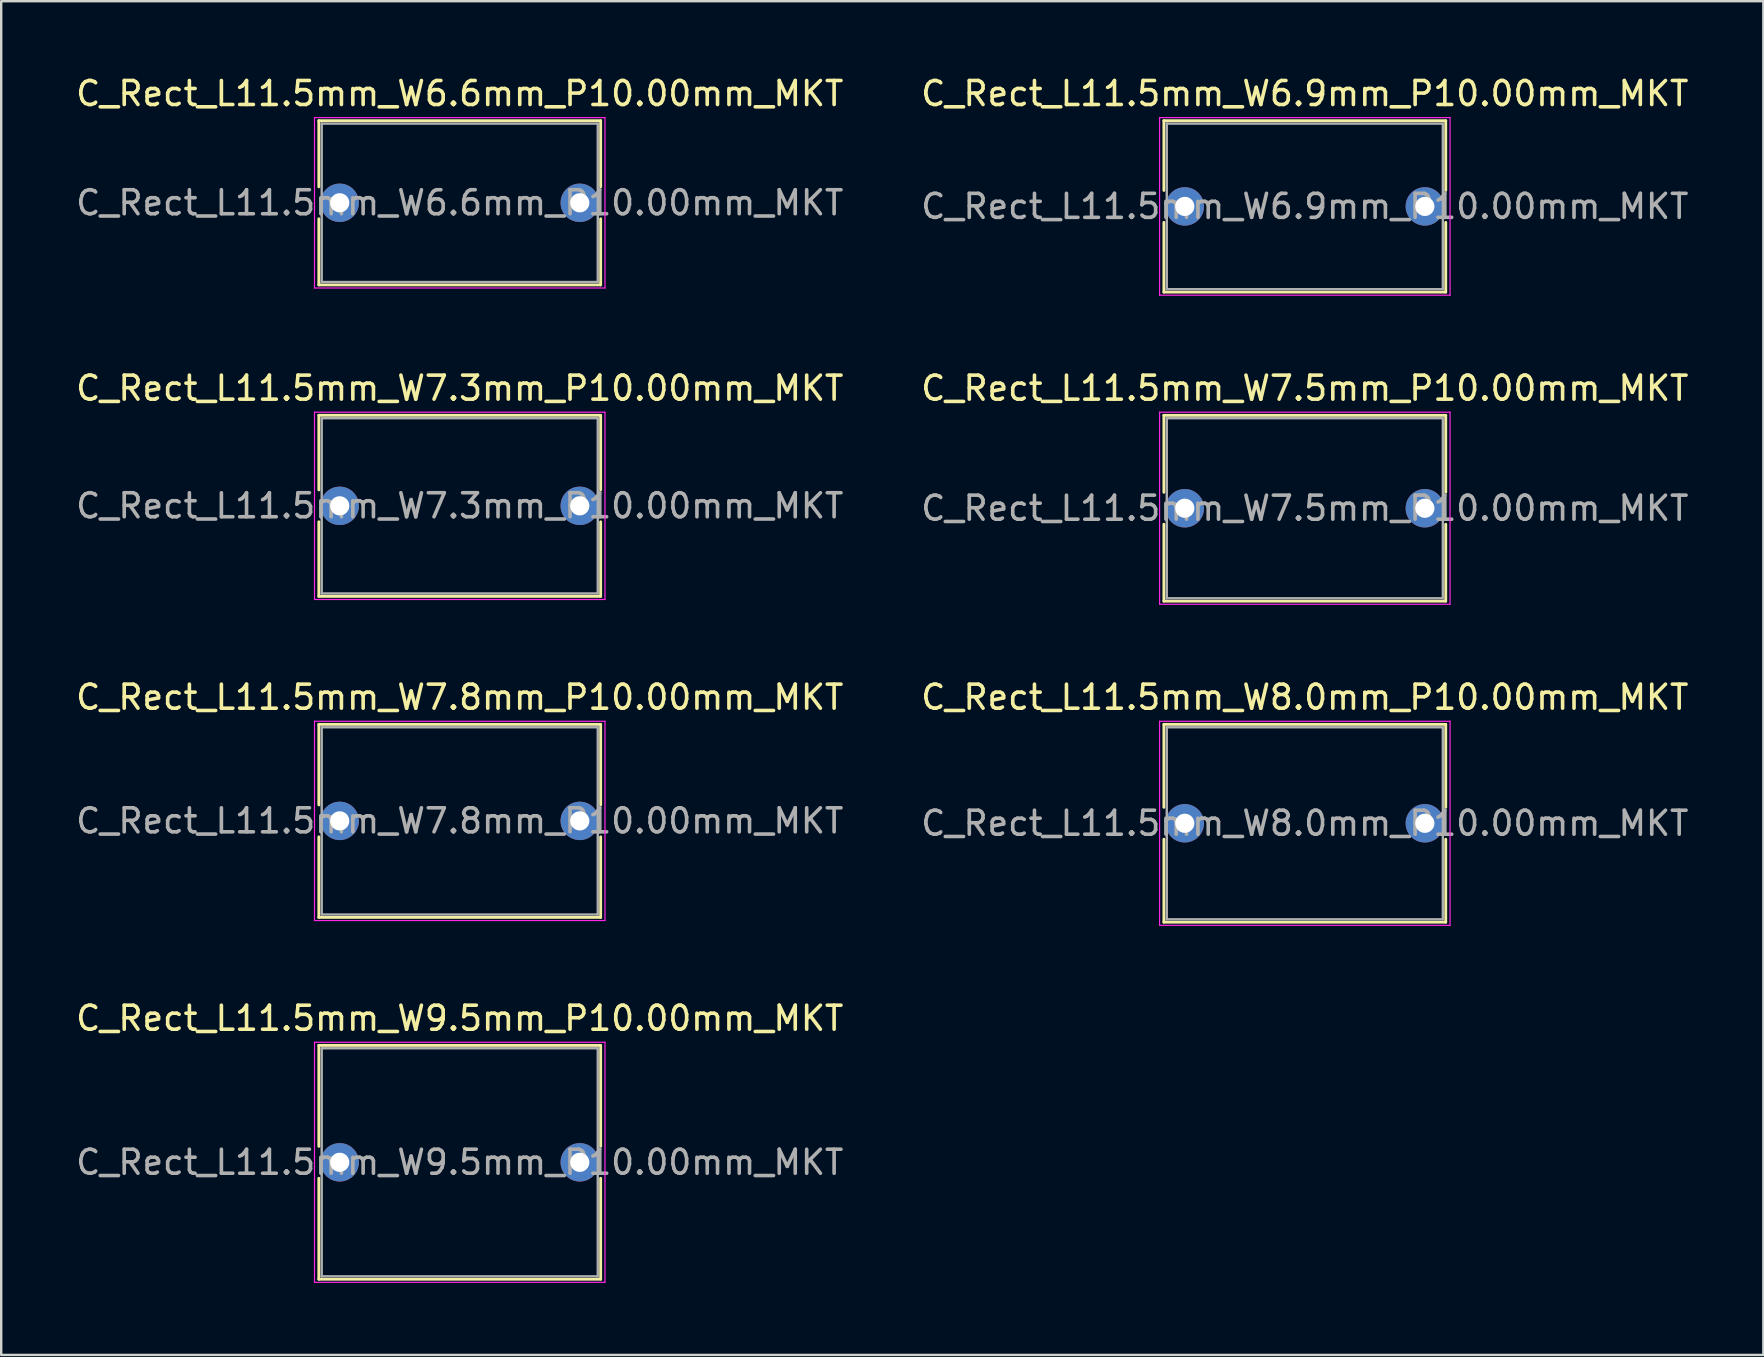
<source format=kicad_pcb>
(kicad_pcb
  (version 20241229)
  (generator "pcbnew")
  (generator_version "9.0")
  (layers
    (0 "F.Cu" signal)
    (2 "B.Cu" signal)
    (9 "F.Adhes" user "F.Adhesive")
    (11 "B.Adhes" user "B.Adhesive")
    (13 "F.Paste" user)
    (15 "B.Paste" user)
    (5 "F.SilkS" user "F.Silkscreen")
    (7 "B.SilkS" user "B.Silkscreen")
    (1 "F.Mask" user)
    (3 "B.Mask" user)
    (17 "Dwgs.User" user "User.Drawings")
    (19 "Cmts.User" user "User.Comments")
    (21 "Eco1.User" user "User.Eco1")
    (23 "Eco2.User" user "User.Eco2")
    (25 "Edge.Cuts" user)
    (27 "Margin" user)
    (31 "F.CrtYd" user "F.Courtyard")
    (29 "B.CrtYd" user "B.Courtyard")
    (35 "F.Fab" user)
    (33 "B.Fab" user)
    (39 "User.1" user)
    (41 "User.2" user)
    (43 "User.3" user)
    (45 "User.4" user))
  (footprint "C_Rect_L11.5mm_W7.5mm_P10.00mm_MKT"
    (layer "F.Cu")
    (at 46.304 18.122)
    (property "Reference" "C_Rect_L11.5mm_W7.5mm_P10.00mm_MKT" (at 5 -5 0) (layer "F.SilkS") (effects (font (size 1 1) (thickness 0.15))))
    (attr through_hole)
    (fp_line (start -0.87 -3.87) (end -0.87 -0.665) (stroke (width 0.12) (type solid)) (layer "F.SilkS"))
    (fp_line (start -0.87 -3.87) (end 10.87 -3.87) (stroke (width 0.12) (type solid)) (layer "F.SilkS"))
    (fp_line (start -0.87 0.665) (end -0.87 3.87) (stroke (width 0.12) (type solid)) (layer "F.SilkS"))
    (fp_line (start -0.87 3.87) (end 10.87 3.87) (stroke (width 0.12) (type solid)) (layer "F.SilkS"))
    (fp_line (start 10.87 -3.87) (end 10.87 -0.665) (stroke (width 0.12) (type solid)) (layer "F.SilkS"))
    (fp_line (start 10.87 0.665) (end 10.87 3.87) (stroke (width 0.12) (type solid)) (layer "F.SilkS"))
    (fp_line (start -1.05 -4) (end -1.05 4) (stroke (width 0.05) (type solid)) (layer "F.CrtYd"))
    (fp_line (start -1.05 4) (end 11.05 4) (stroke (width 0.05) (type solid)) (layer "F.CrtYd"))
    (fp_line (start 11.05 -4) (end -1.05 -4) (stroke (width 0.05) (type solid)) (layer "F.CrtYd"))
    (fp_line (start 11.05 4) (end 11.05 -4) (stroke (width 0.05) (type solid)) (layer "F.CrtYd"))
    (fp_line (start -0.75 -3.75) (end -0.75 3.75) (stroke (width 0.1) (type solid)) (layer "F.Fab"))
    (fp_line (start -0.75 3.75) (end 10.75 3.75) (stroke (width 0.1) (type solid)) (layer "F.Fab"))
    (fp_line (start 10.75 -3.75) (end -0.75 -3.75) (stroke (width 0.1) (type solid)) (layer "F.Fab"))
    (fp_line (start 10.75 3.75) (end 10.75 -3.75) (stroke (width 0.1) (type solid)) (layer "F.Fab"))
    (fp_text user "${REFERENCE}" (at 5 0 0) (layer "F.Fab") (effects (font (size 1 1) (thickness 0.15))))
    (pad "1" thru_hole circle (at 0 0) (size 1.6 1.6) (drill 0.8) (layers "*.Cu" "*.Mask"))
    (pad "2" thru_hole circle (at 10 0) (size 1.6 1.6) (drill 0.8) (layers "*.Cu" "*.Mask")))
  (footprint "C_Rect_L11.5mm_W6.6mm_P10.00mm_MKT"
    (layer "F.Cu")
    (at 11.101 5.398)
    (property "Reference" "C_Rect_L11.5mm_W6.6mm_P10.00mm_MKT" (at 5 -4.55 0) (layer "F.SilkS") (effects (font (size 1 1) (thickness 0.15))))
    (attr through_hole)
    (fp_line (start -0.87 -3.42) (end -0.87 -0.665) (stroke (width 0.12) (type solid)) (layer "F.SilkS"))
    (fp_line (start -0.87 -3.42) (end 10.87 -3.42) (stroke (width 0.12) (type solid)) (layer "F.SilkS"))
    (fp_line (start -0.87 0.665) (end -0.87 3.42) (stroke (width 0.12) (type solid)) (layer "F.SilkS"))
    (fp_line (start -0.87 3.42) (end 10.87 3.42) (stroke (width 0.12) (type solid)) (layer "F.SilkS"))
    (fp_line (start 10.87 -3.42) (end 10.87 -0.665) (stroke (width 0.12) (type solid)) (layer "F.SilkS"))
    (fp_line (start 10.87 0.665) (end 10.87 3.42) (stroke (width 0.12) (type solid)) (layer "F.SilkS"))
    (fp_line (start -1.05 -3.55) (end -1.05 3.55) (stroke (width 0.05) (type solid)) (layer "F.CrtYd"))
    (fp_line (start -1.05 3.55) (end 11.05 3.55) (stroke (width 0.05) (type solid)) (layer "F.CrtYd"))
    (fp_line (start 11.05 -3.55) (end -1.05 -3.55) (stroke (width 0.05) (type solid)) (layer "F.CrtYd"))
    (fp_line (start 11.05 3.55) (end 11.05 -3.55) (stroke (width 0.05) (type solid)) (layer "F.CrtYd"))
    (fp_line (start -0.75 -3.3) (end -0.75 3.3) (stroke (width 0.1) (type solid)) (layer "F.Fab"))
    (fp_line (start -0.75 3.3) (end 10.75 3.3) (stroke (width 0.1) (type solid)) (layer "F.Fab"))
    (fp_line (start 10.75 -3.3) (end -0.75 -3.3) (stroke (width 0.1) (type solid)) (layer "F.Fab"))
    (fp_line (start 10.75 3.3) (end 10.75 -3.3) (stroke (width 0.1) (type solid)) (layer "F.Fab"))
    (fp_text user "${REFERENCE}" (at 5 0 0) (layer "F.Fab") (effects (font (size 1 1) (thickness 0.15))))
    (pad "1" thru_hole circle (at 0 0) (size 1.6 1.6) (drill 0.8) (layers "*.Cu" "*.Mask"))
    (pad "2" thru_hole circle (at 10 0) (size 1.6 1.6) (drill 0.8) (layers "*.Cu" "*.Mask")))
  (footprint "C_Rect_L11.5mm_W8.0mm_P10.00mm_MKT"
    (layer "F.Cu")
    (at 46.304 31.245)
    (property "Reference" "C_Rect_L11.5mm_W8.0mm_P10.00mm_MKT" (at 5 -5.25 0) (layer "F.SilkS") (effects (font (size 1 1) (thickness 0.15))))
    (attr through_hole)
    (fp_line (start -0.87 -4.12) (end -0.87 -0.665) (stroke (width 0.12) (type solid)) (layer "F.SilkS"))
    (fp_line (start -0.87 -4.12) (end 10.87 -4.12) (stroke (width 0.12) (type solid)) (layer "F.SilkS"))
    (fp_line (start -0.87 0.665) (end -0.87 4.12) (stroke (width 0.12) (type solid)) (layer "F.SilkS"))
    (fp_line (start -0.87 4.12) (end 10.87 4.12) (stroke (width 0.12) (type solid)) (layer "F.SilkS"))
    (fp_line (start 10.87 -4.12) (end 10.87 -0.665) (stroke (width 0.12) (type solid)) (layer "F.SilkS"))
    (fp_line (start 10.87 0.665) (end 10.87 4.12) (stroke (width 0.12) (type solid)) (layer "F.SilkS"))
    (fp_line (start -1.05 -4.25) (end -1.05 4.25) (stroke (width 0.05) (type solid)) (layer "F.CrtYd"))
    (fp_line (start -1.05 4.25) (end 11.05 4.25) (stroke (width 0.05) (type solid)) (layer "F.CrtYd"))
    (fp_line (start 11.05 -4.25) (end -1.05 -4.25) (stroke (width 0.05) (type solid)) (layer "F.CrtYd"))
    (fp_line (start 11.05 4.25) (end 11.05 -4.25) (stroke (width 0.05) (type solid)) (layer "F.CrtYd"))
    (fp_line (start -0.75 -4) (end -0.75 4) (stroke (width 0.1) (type solid)) (layer "F.Fab"))
    (fp_line (start -0.75 4) (end 10.75 4) (stroke (width 0.1) (type solid)) (layer "F.Fab"))
    (fp_line (start 10.75 -4) (end -0.75 -4) (stroke (width 0.1) (type solid)) (layer "F.Fab"))
    (fp_line (start 10.75 4) (end 10.75 -4) (stroke (width 0.1) (type solid)) (layer "F.Fab"))
    (fp_text user "${REFERENCE}" (at 5 0 0) (layer "F.Fab") (effects (font (size 1 1) (thickness 0.15))))
    (pad "1" thru_hole circle (at 0 0) (size 1.6 1.6) (drill 0.8) (layers "*.Cu" "*.Mask"))
    (pad "2" thru_hole circle (at 10 0) (size 1.6 1.6) (drill 0.8) (layers "*.Cu" "*.Mask")))
  (footprint "C_Rect_L11.5mm_W9.5mm_P10.00mm_MKT"
    (layer "F.Cu")
    (at 11.101 45.368)
    (property "Reference" "C_Rect_L11.5mm_W9.5mm_P10.00mm_MKT" (at 5 -6 0) (layer "F.SilkS") (effects (font (size 1 1) (thickness 0.15))))
    (attr through_hole)
    (fp_line (start -0.87 -4.87) (end -0.87 -0.665) (stroke (width 0.12) (type solid)) (layer "F.SilkS"))
    (fp_line (start -0.87 -4.87) (end 10.87 -4.87) (stroke (width 0.12) (type solid)) (layer "F.SilkS"))
    (fp_line (start -0.87 0.665) (end -0.87 4.87) (stroke (width 0.12) (type solid)) (layer "F.SilkS"))
    (fp_line (start -0.87 4.87) (end 10.87 4.87) (stroke (width 0.12) (type solid)) (layer "F.SilkS"))
    (fp_line (start 10.87 -4.87) (end 10.87 -0.665) (stroke (width 0.12) (type solid)) (layer "F.SilkS"))
    (fp_line (start 10.87 0.665) (end 10.87 4.87) (stroke (width 0.12) (type solid)) (layer "F.SilkS"))
    (fp_line (start -1.05 -5) (end -1.05 5) (stroke (width 0.05) (type solid)) (layer "F.CrtYd"))
    (fp_line (start -1.05 5) (end 11.05 5) (stroke (width 0.05) (type solid)) (layer "F.CrtYd"))
    (fp_line (start 11.05 -5) (end -1.05 -5) (stroke (width 0.05) (type solid)) (layer "F.CrtYd"))
    (fp_line (start 11.05 5) (end 11.05 -5) (stroke (width 0.05) (type solid)) (layer "F.CrtYd"))
    (fp_line (start -0.75 -4.75) (end -0.75 4.75) (stroke (width 0.1) (type solid)) (layer "F.Fab"))
    (fp_line (start -0.75 4.75) (end 10.75 4.75) (stroke (width 0.1) (type solid)) (layer "F.Fab"))
    (fp_line (start 10.75 -4.75) (end -0.75 -4.75) (stroke (width 0.1) (type solid)) (layer "F.Fab"))
    (fp_line (start 10.75 4.75) (end 10.75 -4.75) (stroke (width 0.1) (type solid)) (layer "F.Fab"))
    (fp_text user "${REFERENCE}" (at 5 0 0) (layer "F.Fab") (effects (font (size 1 1) (thickness 0.15))))
    (pad "1" thru_hole circle (at 0 0) (size 1.6 1.6) (drill 0.8) (layers "*.Cu" "*.Mask"))
    (pad "2" thru_hole circle (at 10 0) (size 1.6 1.6) (drill 0.8) (layers "*.Cu" "*.Mask")))
  (footprint "C_Rect_L11.5mm_W7.3mm_P10.00mm_MKT"
    (layer "F.Cu")
    (at 11.101 18.021)
    (property "Reference" "C_Rect_L11.5mm_W7.3mm_P10.00mm_MKT" (at 5 -4.9 0) (layer "F.SilkS") (effects (font (size 1 1) (thickness 0.15))))
    (attr through_hole)
    (fp_line (start -0.87 -3.77) (end -0.87 -0.665) (stroke (width 0.12) (type solid)) (layer "F.SilkS"))
    (fp_line (start -0.87 -3.77) (end 10.87 -3.77) (stroke (width 0.12) (type solid)) (layer "F.SilkS"))
    (fp_line (start -0.87 0.665) (end -0.87 3.77) (stroke (width 0.12) (type solid)) (layer "F.SilkS"))
    (fp_line (start -0.87 3.77) (end 10.87 3.77) (stroke (width 0.12) (type solid)) (layer "F.SilkS"))
    (fp_line (start 10.87 -3.77) (end 10.87 -0.665) (stroke (width 0.12) (type solid)) (layer "F.SilkS"))
    (fp_line (start 10.87 0.665) (end 10.87 3.77) (stroke (width 0.12) (type solid)) (layer "F.SilkS"))
    (fp_line (start -1.05 -3.9) (end -1.05 3.9) (stroke (width 0.05) (type solid)) (layer "F.CrtYd"))
    (fp_line (start -1.05 3.9) (end 11.05 3.9) (stroke (width 0.05) (type solid)) (layer "F.CrtYd"))
    (fp_line (start 11.05 -3.9) (end -1.05 -3.9) (stroke (width 0.05) (type solid)) (layer "F.CrtYd"))
    (fp_line (start 11.05 3.9) (end 11.05 -3.9) (stroke (width 0.05) (type solid)) (layer "F.CrtYd"))
    (fp_line (start -0.75 -3.65) (end -0.75 3.65) (stroke (width 0.1) (type solid)) (layer "F.Fab"))
    (fp_line (start -0.75 3.65) (end 10.75 3.65) (stroke (width 0.1) (type solid)) (layer "F.Fab"))
    (fp_line (start 10.75 -3.65) (end -0.75 -3.65) (stroke (width 0.1) (type solid)) (layer "F.Fab"))
    (fp_line (start 10.75 3.65) (end 10.75 -3.65) (stroke (width 0.1) (type solid)) (layer "F.Fab"))
    (fp_text user "${REFERENCE}" (at 5 0 0) (layer "F.Fab") (effects (font (size 1 1) (thickness 0.15))))
    (pad "1" thru_hole circle (at 0 0) (size 1.6 1.6) (drill 0.8) (layers "*.Cu" "*.Mask"))
    (pad "2" thru_hole circle (at 10 0) (size 1.6 1.6) (drill 0.8) (layers "*.Cu" "*.Mask")))
  (footprint "C_Rect_L11.5mm_W7.8mm_P10.00mm_MKT"
    (layer "F.Cu")
    (at 11.101 31.145)
    (property "Reference" "C_Rect_L11.5mm_W7.8mm_P10.00mm_MKT" (at 5 -5.15 0) (layer "F.SilkS") (effects (font (size 1 1) (thickness 0.15))))
    (attr through_hole)
    (fp_line (start -0.87 -4.02) (end -0.87 -0.665) (stroke (width 0.12) (type solid)) (layer "F.SilkS"))
    (fp_line (start -0.87 -4.02) (end 10.87 -4.02) (stroke (width 0.12) (type solid)) (layer "F.SilkS"))
    (fp_line (start -0.87 0.665) (end -0.87 4.02) (stroke (width 0.12) (type solid)) (layer "F.SilkS"))
    (fp_line (start -0.87 4.02) (end 10.87 4.02) (stroke (width 0.12) (type solid)) (layer "F.SilkS"))
    (fp_line (start 10.87 -4.02) (end 10.87 -0.665) (stroke (width 0.12) (type solid)) (layer "F.SilkS"))
    (fp_line (start 10.87 0.665) (end 10.87 4.02) (stroke (width 0.12) (type solid)) (layer "F.SilkS"))
    (fp_line (start -1.05 -4.15) (end -1.05 4.15) (stroke (width 0.05) (type solid)) (layer "F.CrtYd"))
    (fp_line (start -1.05 4.15) (end 11.05 4.15) (stroke (width 0.05) (type solid)) (layer "F.CrtYd"))
    (fp_line (start 11.05 -4.15) (end -1.05 -4.15) (stroke (width 0.05) (type solid)) (layer "F.CrtYd"))
    (fp_line (start 11.05 4.15) (end 11.05 -4.15) (stroke (width 0.05) (type solid)) (layer "F.CrtYd"))
    (fp_line (start -0.75 -3.9) (end -0.75 3.9) (stroke (width 0.1) (type solid)) (layer "F.Fab"))
    (fp_line (start -0.75 3.9) (end 10.75 3.9) (stroke (width 0.1) (type solid)) (layer "F.Fab"))
    (fp_line (start 10.75 -3.9) (end -0.75 -3.9) (stroke (width 0.1) (type solid)) (layer "F.Fab"))
    (fp_line (start 10.75 3.9) (end 10.75 -3.9) (stroke (width 0.1) (type solid)) (layer "F.Fab"))
    (fp_text user "${REFERENCE}" (at 5 0 0) (layer "F.Fab") (effects (font (size 1 1) (thickness 0.15))))
    (pad "1" thru_hole circle (at 0 0) (size 1.6 1.6) (drill 0.8) (layers "*.Cu" "*.Mask"))
    (pad "2" thru_hole circle (at 10 0) (size 1.6 1.6) (drill 0.8) (layers "*.Cu" "*.Mask")))
  (footprint "C_Rect_L11.5mm_W6.9mm_P10.00mm_MKT"
    (layer "F.Cu")
    (at 46.304 5.548)
    (property "Reference" "C_Rect_L11.5mm_W6.9mm_P10.00mm_MKT" (at 5 -4.7 0) (layer "F.SilkS") (effects (font (size 1 1) (thickness 0.15))))
    (attr through_hole)
    (fp_line (start -0.87 -3.57) (end -0.87 -0.665) (stroke (width 0.12) (type solid)) (layer "F.SilkS"))
    (fp_line (start -0.87 -3.57) (end 10.87 -3.57) (stroke (width 0.12) (type solid)) (layer "F.SilkS"))
    (fp_line (start -0.87 0.665) (end -0.87 3.57) (stroke (width 0.12) (type solid)) (layer "F.SilkS"))
    (fp_line (start -0.87 3.57) (end 10.87 3.57) (stroke (width 0.12) (type solid)) (layer "F.SilkS"))
    (fp_line (start 10.87 -3.57) (end 10.87 -0.665) (stroke (width 0.12) (type solid)) (layer "F.SilkS"))
    (fp_line (start 10.87 0.665) (end 10.87 3.57) (stroke (width 0.12) (type solid)) (layer "F.SilkS"))
    (fp_line (start -1.05 -3.7) (end -1.05 3.7) (stroke (width 0.05) (type solid)) (layer "F.CrtYd"))
    (fp_line (start -1.05 3.7) (end 11.05 3.7) (stroke (width 0.05) (type solid)) (layer "F.CrtYd"))
    (fp_line (start 11.05 -3.7) (end -1.05 -3.7) (stroke (width 0.05) (type solid)) (layer "F.CrtYd"))
    (fp_line (start 11.05 3.7) (end 11.05 -3.7) (stroke (width 0.05) (type solid)) (layer "F.CrtYd"))
    (fp_line (start -0.75 -3.45) (end -0.75 3.45) (stroke (width 0.1) (type solid)) (layer "F.Fab"))
    (fp_line (start -0.75 3.45) (end 10.75 3.45) (stroke (width 0.1) (type solid)) (layer "F.Fab"))
    (fp_line (start 10.75 -3.45) (end -0.75 -3.45) (stroke (width 0.1) (type solid)) (layer "F.Fab"))
    (fp_line (start 10.75 3.45) (end 10.75 -3.45) (stroke (width 0.1) (type solid)) (layer "F.Fab"))
    (fp_text user "${REFERENCE}" (at 5 0 0) (layer "F.Fab") (effects (font (size 1 1) (thickness 0.15))))
    (pad "1" thru_hole circle (at 0 0) (size 1.6 1.6) (drill 0.8) (layers "*.Cu" "*.Mask"))
    (pad "2" thru_hole circle (at 10 0) (size 1.6 1.6) (drill 0.8) (layers "*.Cu" "*.Mask")))
  (gr_rect
    (start -3 -3)
    (end 70.405 53.393)
    (stroke (width 0.1) (type default))
    (fill no)
    (layer "Edge.Cuts")))
</source>
